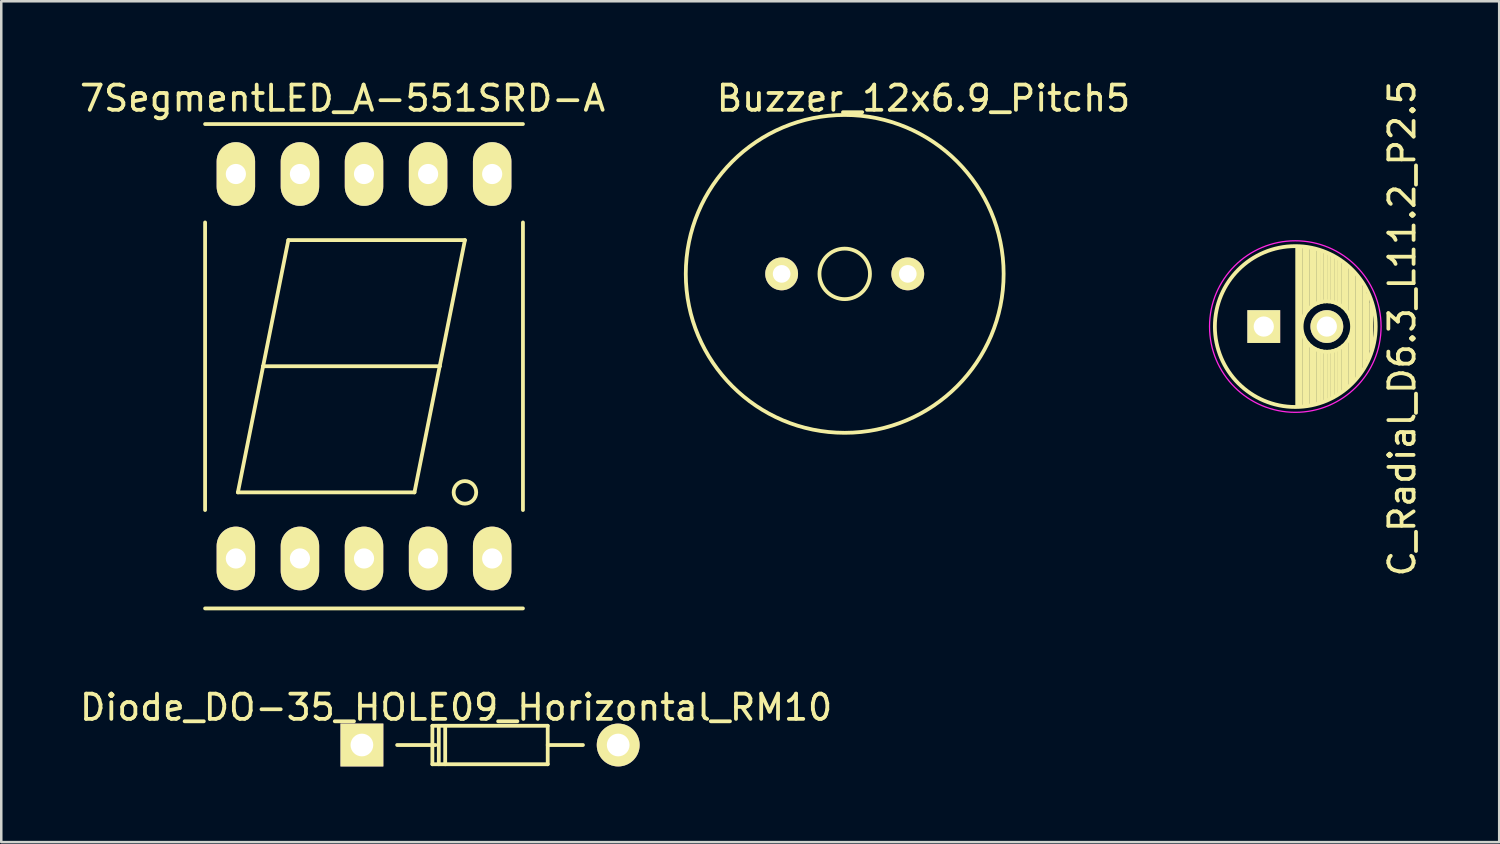
<source format=kicad_pcb>
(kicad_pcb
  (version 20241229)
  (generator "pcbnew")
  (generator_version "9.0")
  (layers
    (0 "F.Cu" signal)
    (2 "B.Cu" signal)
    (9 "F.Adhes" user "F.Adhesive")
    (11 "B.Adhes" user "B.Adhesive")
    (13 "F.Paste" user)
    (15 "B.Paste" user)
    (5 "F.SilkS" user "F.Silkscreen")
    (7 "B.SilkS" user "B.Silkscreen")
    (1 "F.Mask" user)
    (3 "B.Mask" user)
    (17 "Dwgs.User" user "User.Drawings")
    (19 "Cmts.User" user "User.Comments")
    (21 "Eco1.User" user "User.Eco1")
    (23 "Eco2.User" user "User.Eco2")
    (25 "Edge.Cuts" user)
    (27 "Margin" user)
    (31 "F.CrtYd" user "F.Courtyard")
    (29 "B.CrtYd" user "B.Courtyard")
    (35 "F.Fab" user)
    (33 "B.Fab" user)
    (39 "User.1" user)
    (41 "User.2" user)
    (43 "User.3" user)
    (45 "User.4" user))
  (footprint "7SegmentLED_A-551SRD-A"
    (placed yes)
    (layer "F.Cu")
    (at 11.38 11.468)
    (property "Reference" "7SegmentLED_A-551SRD-A" (at -0.85 -10.62 0) (layer "F.SilkS") (effects (font (size 1 1) (thickness 0.15))))
    (attr through_hole)
    (fp_line (start -6.3 -9.6) (end 6.3 -9.6) (stroke (width 0.15) (type solid)) (layer "F.SilkS"))
    (fp_line (start -6.3 -5.7) (end -6.3 5.7) (stroke (width 0.15) (type solid)) (layer "F.SilkS"))
    (fp_line (start -5 5) (end 2 5) (stroke (width 0.15) (type solid)) (layer "F.SilkS"))
    (fp_line (start -4 0) (end -5 5) (stroke (width 0.15) (type solid)) (layer "F.SilkS"))
    (fp_line (start -3 -5) (end -4 0) (stroke (width 0.15) (type solid)) (layer "F.SilkS"))
    (fp_line (start -3 -5) (end 4 -5) (stroke (width 0.15) (type solid)) (layer "F.SilkS"))
    (fp_line (start 2 5) (end 3 0) (stroke (width 0.15) (type solid)) (layer "F.SilkS"))
    (fp_line (start 3 0) (end -4 0) (stroke (width 0.15) (type solid)) (layer "F.SilkS"))
    (fp_line (start 4 -5) (end 3 0) (stroke (width 0.15) (type solid)) (layer "F.SilkS"))
    (fp_line (start 6.3 -5.7) (end 6.3 5.7) (stroke (width 0.15) (type solid)) (layer "F.SilkS"))
    (fp_line (start 6.3 9.6) (end -6.3 9.6) (stroke (width 0.15) (type solid)) (layer "F.SilkS"))
    (fp_circle (center 4 5) (end 4.4 5.2) (stroke (width 0.15) (type solid)) (fill no) (layer "F.SilkS"))
    (pad "1" thru_hole oval (at -5.08 7.62) (size 1.524 2.524) (drill 0.8) (layers "*.Cu" "*.Mask" "F.SilkS"))
    (pad "2" thru_hole oval (at -2.54 7.62) (size 1.524 2.524) (drill 0.8) (layers "*.Cu" "*.Mask" "F.SilkS"))
    (pad "3" thru_hole oval (at 0 7.62) (size 1.524 2.524) (drill 0.8) (layers "*.Cu" "*.Mask" "F.SilkS"))
    (pad "4" thru_hole oval (at 2.54 7.62) (size 1.524 2.524) (drill 0.8) (layers "*.Cu" "*.Mask" "F.SilkS"))
    (pad "5" thru_hole oval (at 5.08 7.62) (size 1.524 2.524) (drill 0.8) (layers "*.Cu" "*.Mask" "F.SilkS"))
    (pad "6" thru_hole oval (at 5.08 -7.62) (size 1.524 2.524) (drill 0.8) (layers "*.Cu" "*.Mask" "F.SilkS"))
    (pad "7" thru_hole oval (at 2.54 -7.62) (size 1.524 2.524) (drill 0.8) (layers "*.Cu" "*.Mask" "F.SilkS"))
    (pad "8" thru_hole oval (at 0 -7.62) (size 1.524 2.524) (drill 0.8) (layers "*.Cu" "*.Mask" "F.SilkS"))
    (pad "9" thru_hole oval (at -2.54 -7.62) (size 1.524 2.524) (drill 0.8) (layers "*.Cu" "*.Mask" "F.SilkS"))
    (pad "10" thru_hole oval (at -5.08 -7.62) (size 1.524 2.524) (drill 0.8) (layers "*.Cu" "*.Mask" "F.SilkS")))
  (footprint "Buzzer_12x6.9_Pitch5"
    (placed yes)
    (layer "F.Cu")
    (at 30.435 7.807)
    (property "Reference" "Buzzer_12x6.9_Pitch5" (at 3.122 -6.959 180) (layer "F.SilkS") (effects (font (size 1 1) (thickness 0.15))))
    (attr through_hole)
    (fp_circle (center 0 0) (end 1.001 0) (stroke (width 0.15) (type solid)) (fill no) (layer "F.SilkS"))
    (fp_circle (center 0 0) (end 6.3 0) (stroke (width 0.15) (type solid)) (fill no) (layer "F.SilkS"))
    (pad "1" thru_hole circle (at -2.5 0) (size 1.3 1.3) (drill 0.7) (layers "*.Cu" "*.Mask" "F.SilkS"))
    (pad "2" thru_hole circle (at 2.5 0) (size 1.3 1.3) (drill 0.7) (layers "*.Cu" "*.Mask" "F.SilkS")))
  (footprint "C_Radial_D6.3_L11.2_P2.5"
    (placed yes)
    (layer "F.Cu")
    (at 47.047 9.895)
    (property "Reference" "C_Radial_D6.3_L11.2_P2.5" (at 5.484 0.064 90) (layer "F.SilkS") (effects (font (size 1 1) (thickness 0.15))))
    (attr through_hole)
    (fp_line (start 1.325 -3.149) (end 1.325 3.149) (stroke (width 0.15) (type solid)) (layer "F.SilkS"))
    (fp_line (start 1.465 -3.143) (end 1.465 3.143) (stroke (width 0.15) (type solid)) (layer "F.SilkS"))
    (fp_line (start 1.605 -3.13) (end 1.605 -0.446) (stroke (width 0.15) (type solid)) (layer "F.SilkS"))
    (fp_line (start 1.605 0.446) (end 1.605 3.13) (stroke (width 0.15) (type solid)) (layer "F.SilkS"))
    (fp_line (start 1.745 -3.111) (end 1.745 -0.656) (stroke (width 0.15) (type solid)) (layer "F.SilkS"))
    (fp_line (start 1.745 0.656) (end 1.745 3.111) (stroke (width 0.15) (type solid)) (layer "F.SilkS"))
    (fp_line (start 1.885 -3.085) (end 1.885 -0.789) (stroke (width 0.15) (type solid)) (layer "F.SilkS"))
    (fp_line (start 1.885 0.789) (end 1.885 3.085) (stroke (width 0.15) (type solid)) (layer "F.SilkS"))
    (fp_line (start 2.025 -3.053) (end 2.025 -0.88) (stroke (width 0.15) (type solid)) (layer "F.SilkS"))
    (fp_line (start 2.025 0.88) (end 2.025 3.053) (stroke (width 0.15) (type solid)) (layer "F.SilkS"))
    (fp_line (start 2.165 -3.014) (end 2.165 -0.942) (stroke (width 0.15) (type solid)) (layer "F.SilkS"))
    (fp_line (start 2.165 0.942) (end 2.165 3.014) (stroke (width 0.15) (type solid)) (layer "F.SilkS"))
    (fp_line (start 2.305 -2.968) (end 2.305 -0.981) (stroke (width 0.15) (type solid)) (layer "F.SilkS"))
    (fp_line (start 2.305 0.981) (end 2.305 2.968) (stroke (width 0.15) (type solid)) (layer "F.SilkS"))
    (fp_line (start 2.445 -2.915) (end 2.445 -0.998) (stroke (width 0.15) (type solid)) (layer "F.SilkS"))
    (fp_line (start 2.445 0.998) (end 2.445 2.915) (stroke (width 0.15) (type solid)) (layer "F.SilkS"))
    (fp_line (start 2.585 -2.853) (end 2.585 -0.996) (stroke (width 0.15) (type solid)) (layer "F.SilkS"))
    (fp_line (start 2.585 0.996) (end 2.585 2.853) (stroke (width 0.15) (type solid)) (layer "F.SilkS"))
    (fp_line (start 2.725 -2.783) (end 2.725 -0.974) (stroke (width 0.15) (type solid)) (layer "F.SilkS"))
    (fp_line (start 2.725 0.974) (end 2.725 2.783) (stroke (width 0.15) (type solid)) (layer "F.SilkS"))
    (fp_line (start 2.865 -2.704) (end 2.865 -0.931) (stroke (width 0.15) (type solid)) (layer "F.SilkS"))
    (fp_line (start 2.865 0.931) (end 2.865 2.704) (stroke (width 0.15) (type solid)) (layer "F.SilkS"))
    (fp_line (start 3.005 -2.616) (end 3.005 -0.863) (stroke (width 0.15) (type solid)) (layer "F.SilkS"))
    (fp_line (start 3.005 0.863) (end 3.005 2.616) (stroke (width 0.15) (type solid)) (layer "F.SilkS"))
    (fp_line (start 3.145 -2.516) (end 3.145 -0.764) (stroke (width 0.15) (type solid)) (layer "F.SilkS"))
    (fp_line (start 3.145 0.764) (end 3.145 2.516) (stroke (width 0.15) (type solid)) (layer "F.SilkS"))
    (fp_line (start 3.285 -2.404) (end 3.285 -0.619) (stroke (width 0.15) (type solid)) (layer "F.SilkS"))
    (fp_line (start 3.285 0.619) (end 3.285 2.404) (stroke (width 0.15) (type solid)) (layer "F.SilkS"))
    (fp_line (start 3.425 -2.279) (end 3.425 -0.38) (stroke (width 0.15) (type solid)) (layer "F.SilkS"))
    (fp_line (start 3.425 0.38) (end 3.425 2.279) (stroke (width 0.15) (type solid)) (layer "F.SilkS"))
    (fp_line (start 3.565 -2.136) (end 3.565 2.136) (stroke (width 0.15) (type solid)) (layer "F.SilkS"))
    (fp_line (start 3.705 -1.974) (end 3.705 1.974) (stroke (width 0.15) (type solid)) (layer "F.SilkS"))
    (fp_line (start 3.845 -1.786) (end 3.845 1.786) (stroke (width 0.15) (type solid)) (layer "F.SilkS"))
    (fp_line (start 3.985 -1.563) (end 3.985 1.563) (stroke (width 0.15) (type solid)) (layer "F.SilkS"))
    (fp_line (start 4.125 -1.287) (end 4.125 1.287) (stroke (width 0.15) (type solid)) (layer "F.SilkS"))
    (fp_line (start 4.265 -0.912) (end 4.265 0.912) (stroke (width 0.15) (type solid)) (layer "F.SilkS"))
    (fp_circle (center 1.25 0) (end 1.25 -3.188) (stroke (width 0.15) (type solid)) (fill no) (layer "F.SilkS"))
    (fp_circle (center 2.5 0) (end 2.5 -1) (stroke (width 0.15) (type solid)) (fill no) (layer "F.SilkS"))
    (fp_circle (center 1.25 0) (end 1.25 -3.4) (stroke (width 0.05) (type solid)) (fill no) (layer "F.CrtYd"))
    (pad "1" thru_hole rect (at 0 0) (size 1.3 1.3) (drill 0.8) (layers "*.Cu" "*.Mask" "F.SilkS"))
    (pad "2" thru_hole circle (at 2.5 0) (size 1.3 1.3) (drill 0.8) (layers "*.Cu" "*.Mask" "F.SilkS")))
  (footprint "Diode_DO-35_HOLE09_Horizontal_RM10"
    (layer "F.Cu")
    (at 11.295 26.486)
    (property "Reference" "Diode_DO-35_HOLE09_Horizontal_RM10" (at 3.735 -1.494 0) (layer "F.SilkS") (effects (font (size 1 1) (thickness 0.15))))
    (attr through_hole)
    (fp_line (start 2.795 -0.765) (end 2.795 -0.003) (stroke (width 0.15) (type solid)) (layer "F.SilkS"))
    (fp_line (start 2.795 -0.003) (end 2.795 0.759) (stroke (width 0.15) (type solid)) (layer "F.SilkS"))
    (fp_line (start 2.795 0.759) (end 7.367 0.759) (stroke (width 0.15) (type solid)) (layer "F.SilkS"))
    (fp_line (start 2.922 -0.003) (end 1.398 -0.003) (stroke (width 0.15) (type solid)) (layer "F.SilkS"))
    (fp_line (start 3.049 -0.765) (end 3.049 0.759) (stroke (width 0.15) (type solid)) (layer "F.SilkS"))
    (fp_line (start 3.303 -0.765) (end 3.303 0.759) (stroke (width 0.15) (type solid)) (layer "F.SilkS"))
    (fp_line (start 7.367 -0.765) (end 2.795 -0.765) (stroke (width 0.15) (type solid)) (layer "F.SilkS"))
    (fp_line (start 7.367 -0.003) (end 8.764 -0.003) (stroke (width 0.15) (type solid)) (layer "F.SilkS"))
    (fp_line (start 7.367 0.759) (end 7.367 -0.765) (stroke (width 0.15) (type solid)) (layer "F.SilkS"))
    (pad "1" thru_hole rect (at 0.001 -0.003 180) (size 1.699 1.699) (drill 0.9) (layers "*.Cu" "*.Mask" "F.SilkS"))
    (pad "2" thru_hole circle (at 10.161 -0.003 180) (size 1.699 1.699) (drill 0.9) (layers "*.Cu" "*.Mask" "F.SilkS")))
  (gr_rect
    (start -3 -3)
    (end 56.38 30.333)
    (stroke (width 0.1) (type default))
    (fill no)
    (layer "Edge.Cuts")))
</source>
